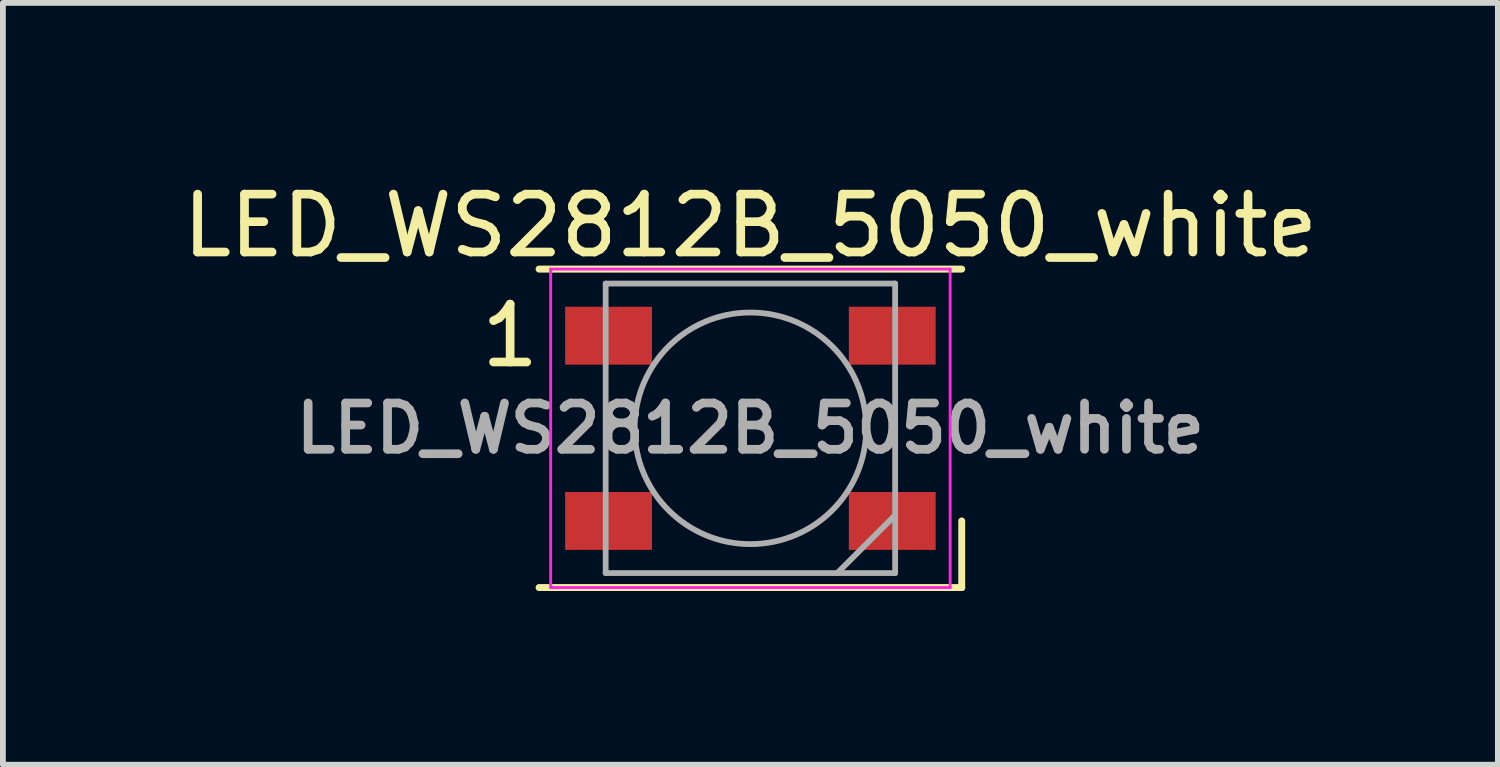
<source format=kicad_pcb>
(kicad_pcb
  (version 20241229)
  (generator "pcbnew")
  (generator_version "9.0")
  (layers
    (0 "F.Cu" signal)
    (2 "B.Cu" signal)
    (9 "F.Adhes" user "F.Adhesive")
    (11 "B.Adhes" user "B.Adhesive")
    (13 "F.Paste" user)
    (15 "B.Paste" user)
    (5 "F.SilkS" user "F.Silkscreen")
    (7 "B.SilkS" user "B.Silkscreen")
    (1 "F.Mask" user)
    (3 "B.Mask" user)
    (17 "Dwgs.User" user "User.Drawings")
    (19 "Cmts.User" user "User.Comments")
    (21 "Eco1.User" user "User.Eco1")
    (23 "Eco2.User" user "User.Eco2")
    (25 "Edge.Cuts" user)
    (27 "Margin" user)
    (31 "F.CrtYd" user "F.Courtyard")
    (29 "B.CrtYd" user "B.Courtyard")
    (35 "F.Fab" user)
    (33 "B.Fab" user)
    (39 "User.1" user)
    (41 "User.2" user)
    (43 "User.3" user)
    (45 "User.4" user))
  (footprint "LED_WS2812B_5050_white"
    (layer "F.Cu")
    (at 9.911 4.348)
    (property "Reference" "LED_WS2812B_5050_white" (at 0 -3.5 0) (layer "F.SilkS") (effects (font (size 1 1) (thickness 0.15))))
    (attr smd)
    (fp_line (start -3.65 -2.75) (end 3.65 -2.75) (stroke (width 0.12) (type solid)) (layer "F.SilkS"))
    (fp_line (start -3.65 2.75) (end 3.65 2.75) (stroke (width 0.12) (type solid)) (layer "F.SilkS"))
    (fp_line (start 3.65 2.75) (end 3.65 1.6) (stroke (width 0.12) (type solid)) (layer "F.SilkS"))
    (fp_line (start -3.45 -2.75) (end -3.45 2.75) (stroke (width 0.05) (type solid)) (layer "F.CrtYd"))
    (fp_line (start -3.45 2.75) (end 3.45 2.75) (stroke (width 0.05) (type solid)) (layer "F.CrtYd"))
    (fp_line (start 3.45 -2.75) (end -3.45 -2.75) (stroke (width 0.05) (type solid)) (layer "F.CrtYd"))
    (fp_line (start 3.45 2.75) (end 3.45 -2.75) (stroke (width 0.05) (type solid)) (layer "F.CrtYd"))
    (fp_line (start -2.5 -2.5) (end -2.5 2.5) (stroke (width 0.1) (type solid)) (layer "F.Fab"))
    (fp_line (start -2.5 2.5) (end 2.5 2.5) (stroke (width 0.1) (type solid)) (layer "F.Fab"))
    (fp_line (start 2.5 -2.5) (end -2.5 -2.5) (stroke (width 0.1) (type solid)) (layer "F.Fab"))
    (fp_line (start 2.5 1.5) (end 1.5 2.5) (stroke (width 0.1) (type solid)) (layer "F.Fab"))
    (fp_line (start 2.5 2.5) (end 2.5 -2.5) (stroke (width 0.1) (type solid)) (layer "F.Fab"))
    (fp_circle (center 0 0) (end 0 -2) (stroke (width 0.1) (type solid)) (fill no) (layer "F.Fab"))
    (fp_text user "1" (at -4.15 -1.6 0) (layer "F.SilkS") (effects (font (size 1 1) (thickness 0.15))))
    (fp_text user "${REFERENCE}" (at 0 0 0) (layer "F.Fab") (effects (font (size 0.8 0.8) (thickness 0.15))))
    (pad "1" smd rect (at -2.45 -1.6) (size 1.5 1) (layers "F.Cu" "F.Mask" "F.Paste"))
    (pad "2" smd rect (at -2.45 1.6) (size 1.5 1) (layers "F.Cu" "F.Mask" "F.Paste"))
    (pad "3" smd rect (at 2.45 1.6) (size 1.5 1) (layers "F.Cu" "F.Mask" "F.Paste"))
    (pad "4" smd rect (at 2.45 -1.6) (size 1.5 1) (layers "F.Cu" "F.Mask" "F.Paste")))
  (gr_rect
    (start -3 -3)
    (end 22.821 10.158)
    (stroke (width 0.1) (type default))
    (fill no)
    (layer "Edge.Cuts")))
</source>
